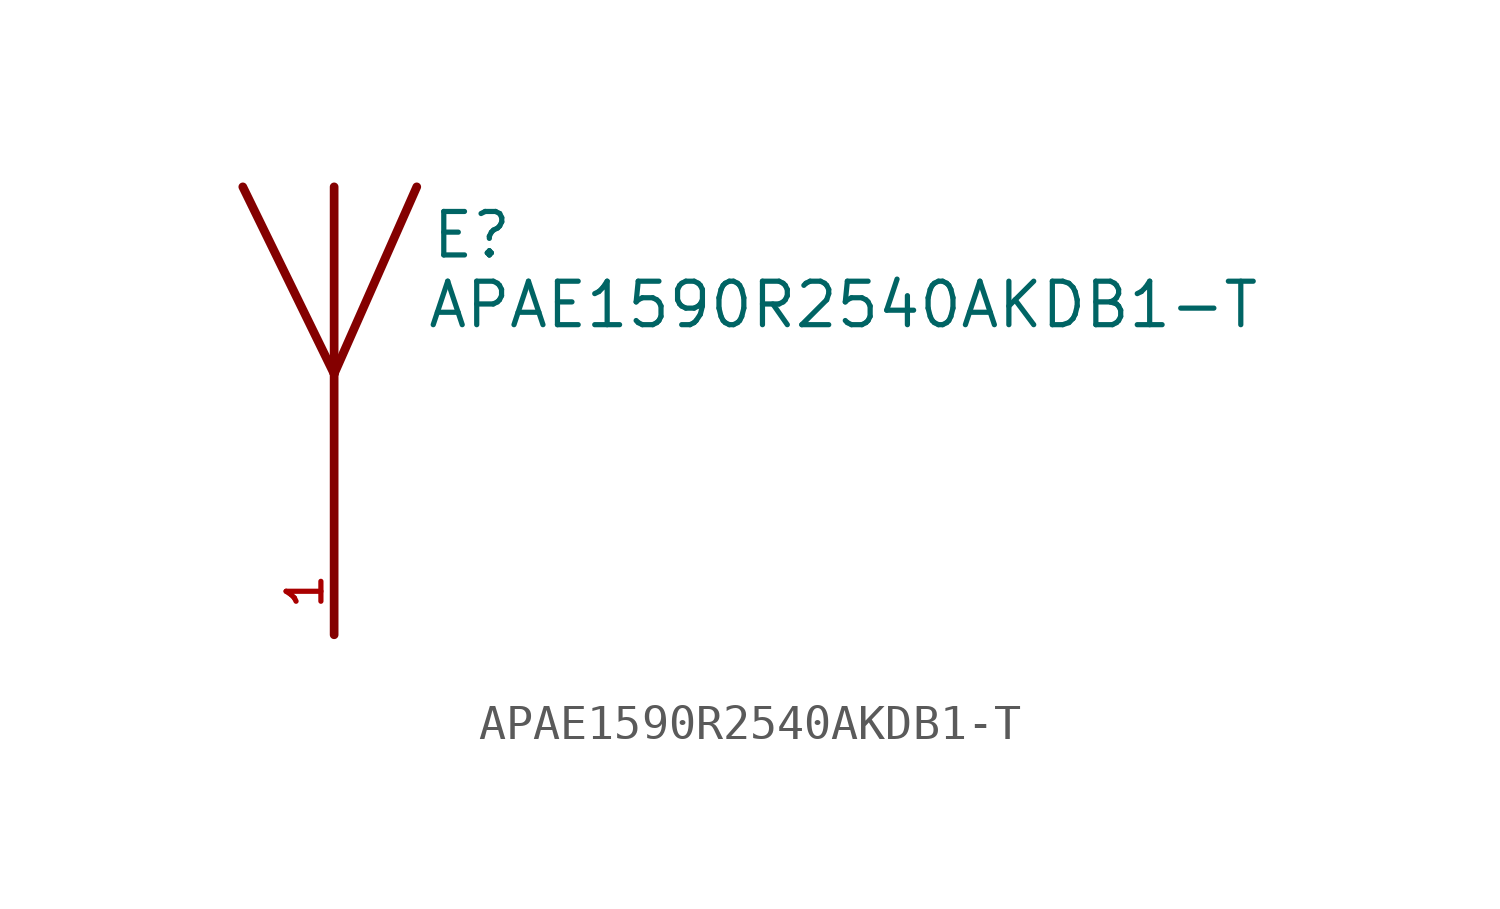
<source format=kicad_sym>
(kicad_symbol_lib
  (version 20211014)
  (generator kicad_symbol_editor)
  (symbol "APAE1590R2540AKDB1-T"
    (pin_names
      (offset 1.016))
    (property "Reference" "E"
      (at 2.8 5.85 0)
      (effects (font (size 1.27 1.27)) (justify bottom left)))
    (property "Value" "APAE1590R2540AKDB1-T"
      (at 2.673 3.813 0)
      (effects (font (size 1.27 1.27)) (justify bottom left)))
    (symbol "APAE1590R2540AKDB1-T_0_0"
      (polyline (pts (xy 2.413 8.001) (xy 0.0 2.54)) (stroke (width 0.254)))
      (polyline (pts (xy 0.0 2.54) (xy -2.667 8.001)) (stroke (width 0.254)))
      (polyline (pts (xy 0.0 8.001) (xy 0.0 2.54)) (stroke (width 0.254)))
      (polyline (pts (xy 0.0 2.54) (xy 0.0 -5.08)) (stroke (width 0.254)))
      (pin input line (at 0.0 -5.08 90.0) (length 2.54) (name "~" (effects (font (size 1.016 1.016)))) (number "1" (effects (font (size 1.016 1.016))))))))
</source>
